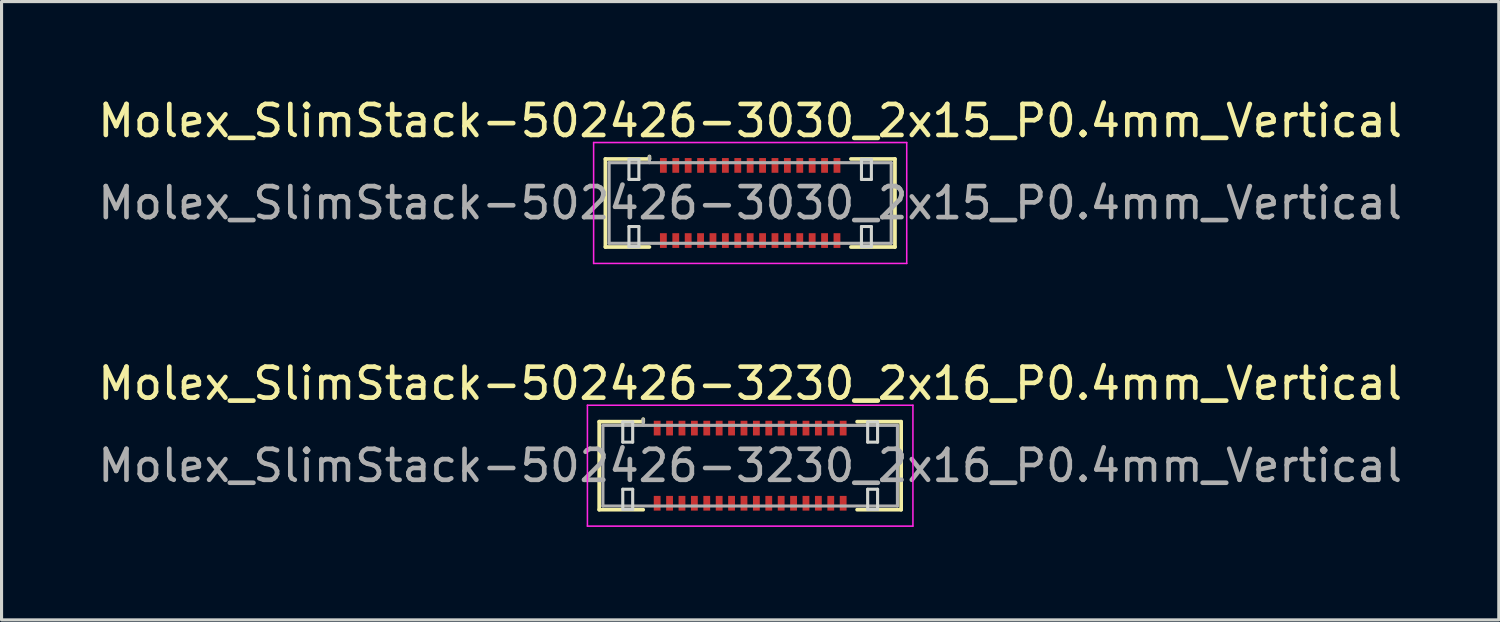
<source format=kicad_pcb>
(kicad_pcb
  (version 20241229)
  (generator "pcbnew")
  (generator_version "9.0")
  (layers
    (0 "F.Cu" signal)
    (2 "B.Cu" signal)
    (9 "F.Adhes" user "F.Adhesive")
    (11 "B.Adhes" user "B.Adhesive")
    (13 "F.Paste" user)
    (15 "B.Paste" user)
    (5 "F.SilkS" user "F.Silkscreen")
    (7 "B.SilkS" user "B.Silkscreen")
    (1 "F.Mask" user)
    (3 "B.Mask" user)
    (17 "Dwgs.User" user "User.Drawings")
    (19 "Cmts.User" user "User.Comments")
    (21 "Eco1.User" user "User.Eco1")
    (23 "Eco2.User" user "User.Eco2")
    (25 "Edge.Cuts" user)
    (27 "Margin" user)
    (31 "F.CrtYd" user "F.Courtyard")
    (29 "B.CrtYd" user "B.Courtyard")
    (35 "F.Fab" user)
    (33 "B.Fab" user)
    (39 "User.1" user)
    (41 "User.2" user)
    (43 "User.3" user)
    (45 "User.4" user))
  (footprint "Molex_SlimStack-502426-3230_2x16_P0.4mm_Vertical"
    (layer "F.Cu")
    (at 21.149 11.972)
    (property "Reference" "Molex_SlimStack-502426-3230_2x16_P0.4mm_Vertical" (at 0 -2.65 0) (layer "F.SilkS") (effects (font (size 1 1) (thickness 0.15))))
    (attr smd)
    (fp_line (start -4.87 -1.42) (end -3.45 -1.42) (stroke (width 0.12) (type solid)) (layer "F.SilkS"))
    (fp_line (start -4.87 1.42) (end -4.87 -1.42) (stroke (width 0.12) (type solid)) (layer "F.SilkS"))
    (fp_line (start -3.45 -1.42) (end -3.45 -1.5) (stroke (width 0.12) (type solid)) (layer "F.SilkS"))
    (fp_line (start -3.45 1.42) (end -4.87 1.42) (stroke (width 0.12) (type solid)) (layer "F.SilkS"))
    (fp_line (start 3.45 1.42) (end 4.87 1.42) (stroke (width 0.12) (type solid)) (layer "F.SilkS"))
    (fp_line (start 4.87 -1.42) (end 3.45 -1.42) (stroke (width 0.12) (type solid)) (layer "F.SilkS"))
    (fp_line (start 4.87 1.42) (end 4.87 -1.42) (stroke (width 0.12) (type solid)) (layer "F.SilkS"))
    (fp_line (start -4.11 -1.41) (end -4.11 -0.76) (stroke (width 0.1) (type solid)) (layer "Edge.Cuts"))
    (fp_line (start -4.11 -0.76) (end -3.79 -0.76) (stroke (width 0.1) (type solid)) (layer "Edge.Cuts"))
    (fp_line (start -4.11 0.76) (end -4.11 1.41) (stroke (width 0.1) (type solid)) (layer "Edge.Cuts"))
    (fp_line (start -4.11 1.41) (end -3.79 1.41) (stroke (width 0.1) (type solid)) (layer "Edge.Cuts"))
    (fp_line (start -3.79 -1.41) (end -4.11 -1.41) (stroke (width 0.1) (type solid)) (layer "Edge.Cuts"))
    (fp_line (start -3.79 -0.76) (end -3.79 -1.41) (stroke (width 0.1) (type solid)) (layer "Edge.Cuts"))
    (fp_line (start -3.79 0.76) (end -4.11 0.76) (stroke (width 0.1) (type solid)) (layer "Edge.Cuts"))
    (fp_line (start -3.79 1.41) (end -3.79 0.76) (stroke (width 0.1) (type solid)) (layer "Edge.Cuts"))
    (fp_line (start 3.79 -1.41) (end 3.79 -0.76) (stroke (width 0.1) (type solid)) (layer "Edge.Cuts"))
    (fp_line (start 3.79 -0.76) (end 4.11 -0.76) (stroke (width 0.1) (type solid)) (layer "Edge.Cuts"))
    (fp_line (start 3.79 0.76) (end 3.79 1.41) (stroke (width 0.1) (type solid)) (layer "Edge.Cuts"))
    (fp_line (start 3.79 1.41) (end 4.11 1.41) (stroke (width 0.1) (type solid)) (layer "Edge.Cuts"))
    (fp_line (start 4.11 -1.41) (end 3.79 -1.41) (stroke (width 0.1) (type solid)) (layer "Edge.Cuts"))
    (fp_line (start 4.11 -0.76) (end 4.11 -1.41) (stroke (width 0.1) (type solid)) (layer "Edge.Cuts"))
    (fp_line (start 4.11 0.76) (end 3.79 0.76) (stroke (width 0.1) (type solid)) (layer "Edge.Cuts"))
    (fp_line (start 4.11 1.41) (end 4.11 0.76) (stroke (width 0.1) (type solid)) (layer "Edge.Cuts"))
    (fp_line (start -5.25 -1.95) (end -5.25 1.95) (stroke (width 0.05) (type solid)) (layer "F.CrtYd"))
    (fp_line (start -5.25 1.95) (end 5.25 1.95) (stroke (width 0.05) (type solid)) (layer "F.CrtYd"))
    (fp_line (start 5.25 -1.95) (end -5.25 -1.95) (stroke (width 0.05) (type solid)) (layer "F.CrtYd"))
    (fp_line (start 5.25 1.95) (end 5.25 -1.95) (stroke (width 0.05) (type solid)) (layer "F.CrtYd"))
    (fp_line (start -4.75 -1.3) (end -4.75 1.3) (stroke (width 0.1) (type solid)) (layer "F.Fab"))
    (fp_line (start -4.75 1.3) (end 4.75 1.3) (stroke (width 0.1) (type solid)) (layer "F.Fab"))
    (fp_line (start -3.45 -1.3) (end -3.45 -1.5) (stroke (width 0.1) (type solid)) (layer "F.Fab"))
    (fp_line (start 4.75 -1.3) (end -4.75 -1.3) (stroke (width 0.1) (type solid)) (layer "F.Fab"))
    (fp_line (start 4.75 1.3) (end 4.75 -1.3) (stroke (width 0.1) (type solid)) (layer "F.Fab"))
    (fp_text user "${REFERENCE}" (at 0 0 0) (layer "F.Fab") (effects (font (size 1 1) (thickness 0.15))))
    (pad "1" smd rect (at 3 -1.212) (size 0.22 0.475) (layers "F.Cu" "F.Mask" "F.Paste"))
    (pad "2" smd rect (at 3 1.212) (size 0.22 0.475) (layers "F.Cu" "F.Mask" "F.Paste"))
    (pad "3" smd rect (at 2.6 -1.212) (size 0.22 0.475) (layers "F.Cu" "F.Mask" "F.Paste"))
    (pad "4" smd rect (at 2.6 1.212) (size 0.22 0.475) (layers "F.Cu" "F.Mask" "F.Paste"))
    (pad "5" smd rect (at 2.2 -1.212) (size 0.22 0.475) (layers "F.Cu" "F.Mask" "F.Paste"))
    (pad "6" smd rect (at 2.2 1.212) (size 0.22 0.475) (layers "F.Cu" "F.Mask" "F.Paste"))
    (pad "7" smd rect (at 1.8 -1.212) (size 0.22 0.475) (layers "F.Cu" "F.Mask" "F.Paste"))
    (pad "8" smd rect (at 1.8 1.212) (size 0.22 0.475) (layers "F.Cu" "F.Mask" "F.Paste"))
    (pad "9" smd rect (at 1.4 -1.212) (size 0.22 0.475) (layers "F.Cu" "F.Mask" "F.Paste"))
    (pad "10" smd rect (at 1.4 1.212) (size 0.22 0.475) (layers "F.Cu" "F.Mask" "F.Paste"))
    (pad "11" smd rect (at 1 -1.212) (size 0.22 0.475) (layers "F.Cu" "F.Mask" "F.Paste"))
    (pad "12" smd rect (at 1 1.212) (size 0.22 0.475) (layers "F.Cu" "F.Mask" "F.Paste"))
    (pad "13" smd rect (at 0.6 -1.212) (size 0.22 0.475) (layers "F.Cu" "F.Mask" "F.Paste"))
    (pad "14" smd rect (at 0.6 1.212) (size 0.22 0.475) (layers "F.Cu" "F.Mask" "F.Paste"))
    (pad "15" smd rect (at 0.2 -1.212) (size 0.22 0.475) (layers "F.Cu" "F.Mask" "F.Paste"))
    (pad "16" smd rect (at 0.2 1.212) (size 0.22 0.475) (layers "F.Cu" "F.Mask" "F.Paste"))
    (pad "17" smd rect (at -0.2 -1.212) (size 0.22 0.475) (layers "F.Cu" "F.Mask" "F.Paste"))
    (pad "18" smd rect (at -0.2 1.212) (size 0.22 0.475) (layers "F.Cu" "F.Mask" "F.Paste"))
    (pad "19" smd rect (at -0.6 -1.212) (size 0.22 0.475) (layers "F.Cu" "F.Mask" "F.Paste"))
    (pad "20" smd rect (at -0.6 1.212) (size 0.22 0.475) (layers "F.Cu" "F.Mask" "F.Paste"))
    (pad "21" smd rect (at -1 -1.212) (size 0.22 0.475) (layers "F.Cu" "F.Mask" "F.Paste"))
    (pad "22" smd rect (at -1 1.212) (size 0.22 0.475) (layers "F.Cu" "F.Mask" "F.Paste"))
    (pad "23" smd rect (at -1.4 -1.212) (size 0.22 0.475) (layers "F.Cu" "F.Mask" "F.Paste"))
    (pad "24" smd rect (at -1.4 1.212) (size 0.22 0.475) (layers "F.Cu" "F.Mask" "F.Paste"))
    (pad "25" smd rect (at -1.8 -1.212) (size 0.22 0.475) (layers "F.Cu" "F.Mask" "F.Paste"))
    (pad "26" smd rect (at -1.8 1.212) (size 0.22 0.475) (layers "F.Cu" "F.Mask" "F.Paste"))
    (pad "27" smd rect (at -2.2 -1.212) (size 0.22 0.475) (layers "F.Cu" "F.Mask" "F.Paste"))
    (pad "28" smd rect (at -2.2 1.212) (size 0.22 0.475) (layers "F.Cu" "F.Mask" "F.Paste"))
    (pad "29" smd rect (at -2.6 -1.212) (size 0.22 0.475) (layers "F.Cu" "F.Mask" "F.Paste"))
    (pad "30" smd rect (at -2.6 1.212) (size 0.22 0.475) (layers "F.Cu" "F.Mask" "F.Paste"))
    (pad "31" smd rect (at -3 -1.212) (size 0.22 0.475) (layers "F.Cu" "F.Mask" "F.Paste"))
    (pad "32" smd rect (at -3 1.212) (size 0.22 0.475) (layers "F.Cu" "F.Mask" "F.Paste")))
  (footprint "Molex_SlimStack-502426-3030_2x15_P0.4mm_Vertical"
    (layer "F.Cu")
    (at 21.149 3.498)
    (property "Reference" "Molex_SlimStack-502426-3030_2x15_P0.4mm_Vertical" (at 0 -2.65 0) (layer "F.SilkS") (effects (font (size 1 1) (thickness 0.15))))
    (attr smd)
    (fp_line (start -4.67 -1.42) (end -3.25 -1.42) (stroke (width 0.12) (type solid)) (layer "F.SilkS"))
    (fp_line (start -4.67 1.42) (end -4.67 -1.42) (stroke (width 0.12) (type solid)) (layer "F.SilkS"))
    (fp_line (start -3.25 -1.42) (end -3.25 -1.5) (stroke (width 0.12) (type solid)) (layer "F.SilkS"))
    (fp_line (start -3.25 1.42) (end -4.67 1.42) (stroke (width 0.12) (type solid)) (layer "F.SilkS"))
    (fp_line (start 3.25 1.42) (end 4.67 1.42) (stroke (width 0.12) (type solid)) (layer "F.SilkS"))
    (fp_line (start 4.67 -1.42) (end 3.25 -1.42) (stroke (width 0.12) (type solid)) (layer "F.SilkS"))
    (fp_line (start 4.67 1.42) (end 4.67 -1.42) (stroke (width 0.12) (type solid)) (layer "F.SilkS"))
    (fp_line (start -3.91 -1.41) (end -3.91 -0.76) (stroke (width 0.1) (type solid)) (layer "Edge.Cuts"))
    (fp_line (start -3.91 -0.76) (end -3.59 -0.76) (stroke (width 0.1) (type solid)) (layer "Edge.Cuts"))
    (fp_line (start -3.91 0.76) (end -3.91 1.41) (stroke (width 0.1) (type solid)) (layer "Edge.Cuts"))
    (fp_line (start -3.91 1.41) (end -3.59 1.41) (stroke (width 0.1) (type solid)) (layer "Edge.Cuts"))
    (fp_line (start -3.59 -1.41) (end -3.91 -1.41) (stroke (width 0.1) (type solid)) (layer "Edge.Cuts"))
    (fp_line (start -3.59 -0.76) (end -3.59 -1.41) (stroke (width 0.1) (type solid)) (layer "Edge.Cuts"))
    (fp_line (start -3.59 0.76) (end -3.91 0.76) (stroke (width 0.1) (type solid)) (layer "Edge.Cuts"))
    (fp_line (start -3.59 1.41) (end -3.59 0.76) (stroke (width 0.1) (type solid)) (layer "Edge.Cuts"))
    (fp_line (start 3.59 -1.41) (end 3.59 -0.76) (stroke (width 0.1) (type solid)) (layer "Edge.Cuts"))
    (fp_line (start 3.59 -0.76) (end 3.91 -0.76) (stroke (width 0.1) (type solid)) (layer "Edge.Cuts"))
    (fp_line (start 3.59 0.76) (end 3.59 1.41) (stroke (width 0.1) (type solid)) (layer "Edge.Cuts"))
    (fp_line (start 3.59 1.41) (end 3.91 1.41) (stroke (width 0.1) (type solid)) (layer "Edge.Cuts"))
    (fp_line (start 3.91 -1.41) (end 3.59 -1.41) (stroke (width 0.1) (type solid)) (layer "Edge.Cuts"))
    (fp_line (start 3.91 -0.76) (end 3.91 -1.41) (stroke (width 0.1) (type solid)) (layer "Edge.Cuts"))
    (fp_line (start 3.91 0.76) (end 3.59 0.76) (stroke (width 0.1) (type solid)) (layer "Edge.Cuts"))
    (fp_line (start 3.91 1.41) (end 3.91 0.76) (stroke (width 0.1) (type solid)) (layer "Edge.Cuts"))
    (fp_line (start -5.05 -1.95) (end -5.05 1.95) (stroke (width 0.05) (type solid)) (layer "F.CrtYd"))
    (fp_line (start -5.05 1.95) (end 5.05 1.95) (stroke (width 0.05) (type solid)) (layer "F.CrtYd"))
    (fp_line (start 5.05 -1.95) (end -5.05 -1.95) (stroke (width 0.05) (type solid)) (layer "F.CrtYd"))
    (fp_line (start 5.05 1.95) (end 5.05 -1.95) (stroke (width 0.05) (type solid)) (layer "F.CrtYd"))
    (fp_line (start -4.55 -1.3) (end -4.55 1.3) (stroke (width 0.1) (type solid)) (layer "F.Fab"))
    (fp_line (start -4.55 1.3) (end 4.55 1.3) (stroke (width 0.1) (type solid)) (layer "F.Fab"))
    (fp_line (start -3.25 -1.3) (end -3.25 -1.5) (stroke (width 0.1) (type solid)) (layer "F.Fab"))
    (fp_line (start 4.55 -1.3) (end -4.55 -1.3) (stroke (width 0.1) (type solid)) (layer "F.Fab"))
    (fp_line (start 4.55 1.3) (end 4.55 -1.3) (stroke (width 0.1) (type solid)) (layer "F.Fab"))
    (fp_text user "${REFERENCE}" (at 0 0 0) (layer "F.Fab") (effects (font (size 1 1) (thickness 0.15))))
    (pad "1" smd rect (at 2.8 -1.212) (size 0.22 0.475) (layers "F.Cu" "F.Mask" "F.Paste"))
    (pad "2" smd rect (at 2.8 1.212) (size 0.22 0.475) (layers "F.Cu" "F.Mask" "F.Paste"))
    (pad "3" smd rect (at 2.4 -1.212) (size 0.22 0.475) (layers "F.Cu" "F.Mask" "F.Paste"))
    (pad "4" smd rect (at 2.4 1.212) (size 0.22 0.475) (layers "F.Cu" "F.Mask" "F.Paste"))
    (pad "5" smd rect (at 2 -1.212) (size 0.22 0.475) (layers "F.Cu" "F.Mask" "F.Paste"))
    (pad "6" smd rect (at 2 1.212) (size 0.22 0.475) (layers "F.Cu" "F.Mask" "F.Paste"))
    (pad "7" smd rect (at 1.6 -1.212) (size 0.22 0.475) (layers "F.Cu" "F.Mask" "F.Paste"))
    (pad "8" smd rect (at 1.6 1.212) (size 0.22 0.475) (layers "F.Cu" "F.Mask" "F.Paste"))
    (pad "9" smd rect (at 1.2 -1.212) (size 0.22 0.475) (layers "F.Cu" "F.Mask" "F.Paste"))
    (pad "10" smd rect (at 1.2 1.212) (size 0.22 0.475) (layers "F.Cu" "F.Mask" "F.Paste"))
    (pad "11" smd rect (at 0.8 -1.212) (size 0.22 0.475) (layers "F.Cu" "F.Mask" "F.Paste"))
    (pad "12" smd rect (at 0.8 1.212) (size 0.22 0.475) (layers "F.Cu" "F.Mask" "F.Paste"))
    (pad "13" smd rect (at 0.4 -1.212) (size 0.22 0.475) (layers "F.Cu" "F.Mask" "F.Paste"))
    (pad "14" smd rect (at 0.4 1.212) (size 0.22 0.475) (layers "F.Cu" "F.Mask" "F.Paste"))
    (pad "15" smd rect (at 0 -1.212) (size 0.22 0.475) (layers "F.Cu" "F.Mask" "F.Paste"))
    (pad "16" smd rect (at 0 1.212) (size 0.22 0.475) (layers "F.Cu" "F.Mask" "F.Paste"))
    (pad "17" smd rect (at -0.4 -1.212) (size 0.22 0.475) (layers "F.Cu" "F.Mask" "F.Paste"))
    (pad "18" smd rect (at -0.4 1.212) (size 0.22 0.475) (layers "F.Cu" "F.Mask" "F.Paste"))
    (pad "19" smd rect (at -0.8 -1.212) (size 0.22 0.475) (layers "F.Cu" "F.Mask" "F.Paste"))
    (pad "20" smd rect (at -0.8 1.212) (size 0.22 0.475) (layers "F.Cu" "F.Mask" "F.Paste"))
    (pad "21" smd rect (at -1.2 -1.212) (size 0.22 0.475) (layers "F.Cu" "F.Mask" "F.Paste"))
    (pad "22" smd rect (at -1.2 1.212) (size 0.22 0.475) (layers "F.Cu" "F.Mask" "F.Paste"))
    (pad "23" smd rect (at -1.6 -1.212) (size 0.22 0.475) (layers "F.Cu" "F.Mask" "F.Paste"))
    (pad "24" smd rect (at -1.6 1.212) (size 0.22 0.475) (layers "F.Cu" "F.Mask" "F.Paste"))
    (pad "25" smd rect (at -2 -1.212) (size 0.22 0.475) (layers "F.Cu" "F.Mask" "F.Paste"))
    (pad "26" smd rect (at -2 1.212) (size 0.22 0.475) (layers "F.Cu" "F.Mask" "F.Paste"))
    (pad "27" smd rect (at -2.4 -1.212) (size 0.22 0.475) (layers "F.Cu" "F.Mask" "F.Paste"))
    (pad "28" smd rect (at -2.4 1.212) (size 0.22 0.475) (layers "F.Cu" "F.Mask" "F.Paste"))
    (pad "29" smd rect (at -2.8 -1.212) (size 0.22 0.475) (layers "F.Cu" "F.Mask" "F.Paste"))
    (pad "30" smd rect (at -2.8 1.212) (size 0.22 0.475) (layers "F.Cu" "F.Mask" "F.Paste")))
  (gr_rect
    (start -3 -3)
    (end 45.298 16.947)
    (stroke (width 0.1) (type default))
    (fill no)
    (layer "Edge.Cuts")))
</source>
